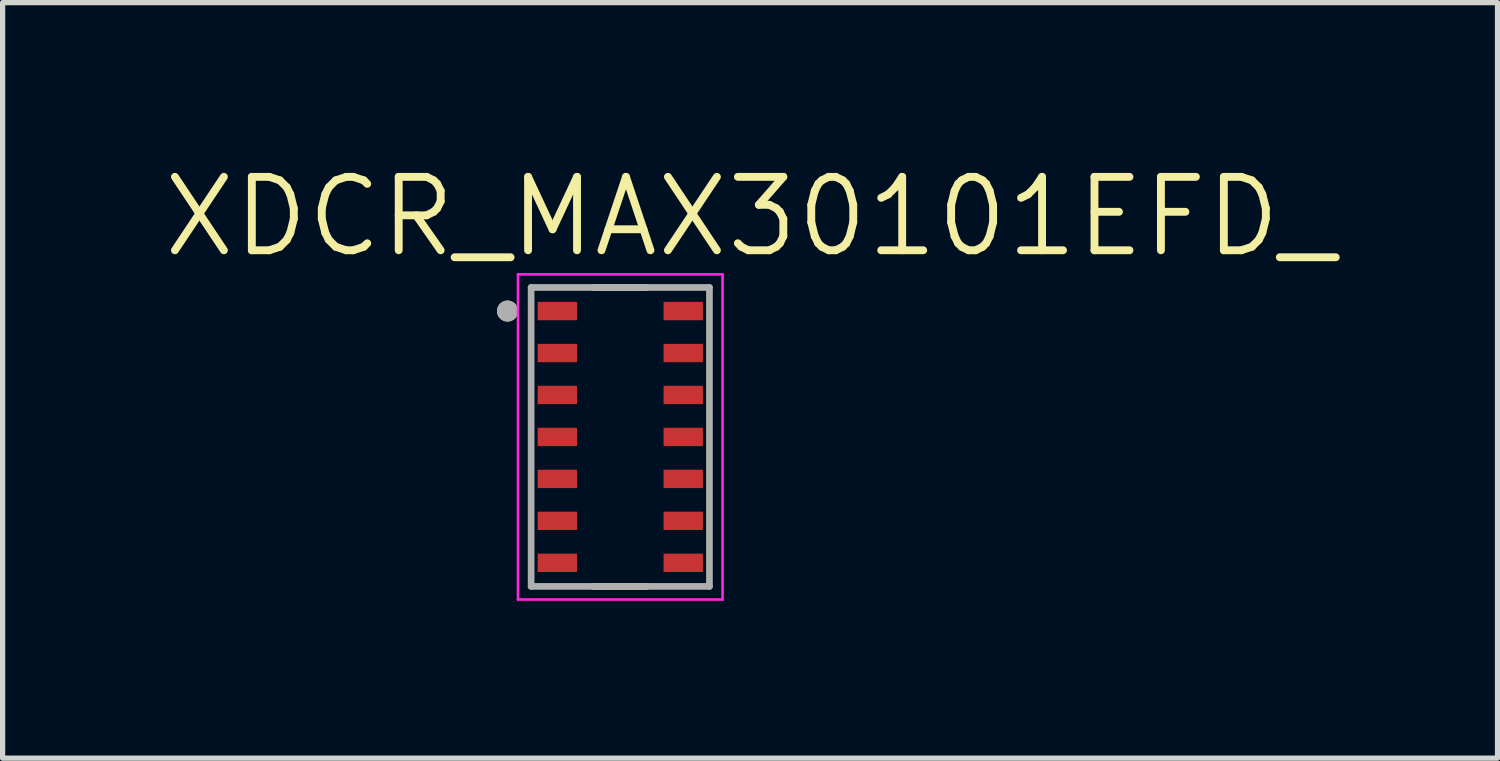
<source format=kicad_pcb>
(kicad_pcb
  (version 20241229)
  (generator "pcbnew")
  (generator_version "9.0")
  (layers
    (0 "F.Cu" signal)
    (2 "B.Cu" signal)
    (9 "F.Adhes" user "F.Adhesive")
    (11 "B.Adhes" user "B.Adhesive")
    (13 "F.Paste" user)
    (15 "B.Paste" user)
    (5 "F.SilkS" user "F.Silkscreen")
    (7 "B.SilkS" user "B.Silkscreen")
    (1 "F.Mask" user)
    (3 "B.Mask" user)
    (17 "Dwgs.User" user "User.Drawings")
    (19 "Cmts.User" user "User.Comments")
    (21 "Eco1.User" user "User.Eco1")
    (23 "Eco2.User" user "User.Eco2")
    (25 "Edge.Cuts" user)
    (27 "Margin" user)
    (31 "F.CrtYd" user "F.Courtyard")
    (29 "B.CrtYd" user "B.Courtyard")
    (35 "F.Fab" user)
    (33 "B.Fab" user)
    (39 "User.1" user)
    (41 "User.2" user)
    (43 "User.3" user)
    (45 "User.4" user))
  (footprint "XDCR_MAX30101EFD_"
    (layer "F.Cu")
    (at 8.777 5.281)
    (property "Reference" "XDCR_MAX30101EFD_" (at 2.475 -4.199 0) (layer "F.SilkS") (effects (font (size 1.4 1.4) (thickness 0.15))))
    (attr smd)
    (fp_line (start -0.505 -2.85) (end 0.505 -2.85) (stroke (width 0.127) (type solid)) (layer "F.SilkS"))
    (fp_line (start 0.505 2.85) (end -0.505 2.85) (stroke (width 0.127) (type solid)) (layer "F.SilkS"))
    (fp_circle (center -2.15 -2.4) (end -2.05 -2.4) (stroke (width 0.2) (type solid)) (fill no) (layer "F.SilkS"))
    (fp_line (start -1.95 -3.1) (end -1.95 3.1) (stroke (width 0.05) (type solid)) (layer "F.CrtYd"))
    (fp_line (start -1.95 3.1) (end 1.95 3.1) (stroke (width 0.05) (type solid)) (layer "F.CrtYd"))
    (fp_line (start 1.95 -3.1) (end -1.95 -3.1) (stroke (width 0.05) (type solid)) (layer "F.CrtYd"))
    (fp_line (start 1.95 3.1) (end 1.95 -3.1) (stroke (width 0.05) (type solid)) (layer "F.CrtYd"))
    (fp_line (start -1.7 -2.85) (end -1.7 2.85) (stroke (width 0.127) (type solid)) (layer "F.Fab"))
    (fp_line (start -1.7 -2.85) (end 1.7 -2.85) (stroke (width 0.127) (type solid)) (layer "F.Fab"))
    (fp_line (start 1.7 2.85) (end -1.7 2.85) (stroke (width 0.127) (type solid)) (layer "F.Fab"))
    (fp_line (start 1.7 2.85) (end 1.7 -2.85) (stroke (width 0.127) (type solid)) (layer "F.Fab"))
    (fp_circle (center -2.15 -2.4) (end -2.05 -2.4) (stroke (width 0.2) (type solid)) (fill no) (layer "F.Fab"))
    (pad "1" smd rect (at -1.2 -2.4) (size 0.75 0.35) (layers "F.Cu" "F.Mask" "F.Paste"))
    (pad "2" smd rect (at -1.2 -1.6) (size 0.75 0.35) (layers "F.Cu" "F.Mask" "F.Paste"))
    (pad "3" smd rect (at -1.2 -0.8) (size 0.75 0.35) (layers "F.Cu" "F.Mask" "F.Paste"))
    (pad "4" smd rect (at -1.2 0) (size 0.75 0.35) (layers "F.Cu" "F.Mask" "F.Paste"))
    (pad "5" smd rect (at -1.2 0.8) (size 0.75 0.35) (layers "F.Cu" "F.Mask" "F.Paste"))
    (pad "6" smd rect (at -1.2 1.6) (size 0.75 0.35) (layers "F.Cu" "F.Mask" "F.Paste"))
    (pad "7" smd rect (at -1.2 2.4) (size 0.75 0.35) (layers "F.Cu" "F.Mask" "F.Paste"))
    (pad "8" smd rect (at 1.2 2.4) (size 0.75 0.35) (layers "F.Cu" "F.Mask" "F.Paste"))
    (pad "9" smd rect (at 1.2 1.6) (size 0.75 0.35) (layers "F.Cu" "F.Mask" "F.Paste"))
    (pad "10" smd rect (at 1.2 0.8) (size 0.75 0.35) (layers "F.Cu" "F.Mask" "F.Paste"))
    (pad "11" smd rect (at 1.2 0) (size 0.75 0.35) (layers "F.Cu" "F.Mask" "F.Paste"))
    (pad "12" smd rect (at 1.2 -0.8) (size 0.75 0.35) (layers "F.Cu" "F.Mask" "F.Paste"))
    (pad "13" smd rect (at 1.2 -1.6) (size 0.75 0.35) (layers "F.Cu" "F.Mask" "F.Paste"))
    (pad "14" smd rect (at 1.2 -2.4) (size 0.75 0.35) (layers "F.Cu" "F.Mask" "F.Paste")))
  (gr_rect
    (start -3 -3)
    (end 25.503 11.406)
    (stroke (width 0.1) (type default))
    (fill no)
    (layer "Edge.Cuts")))
</source>
